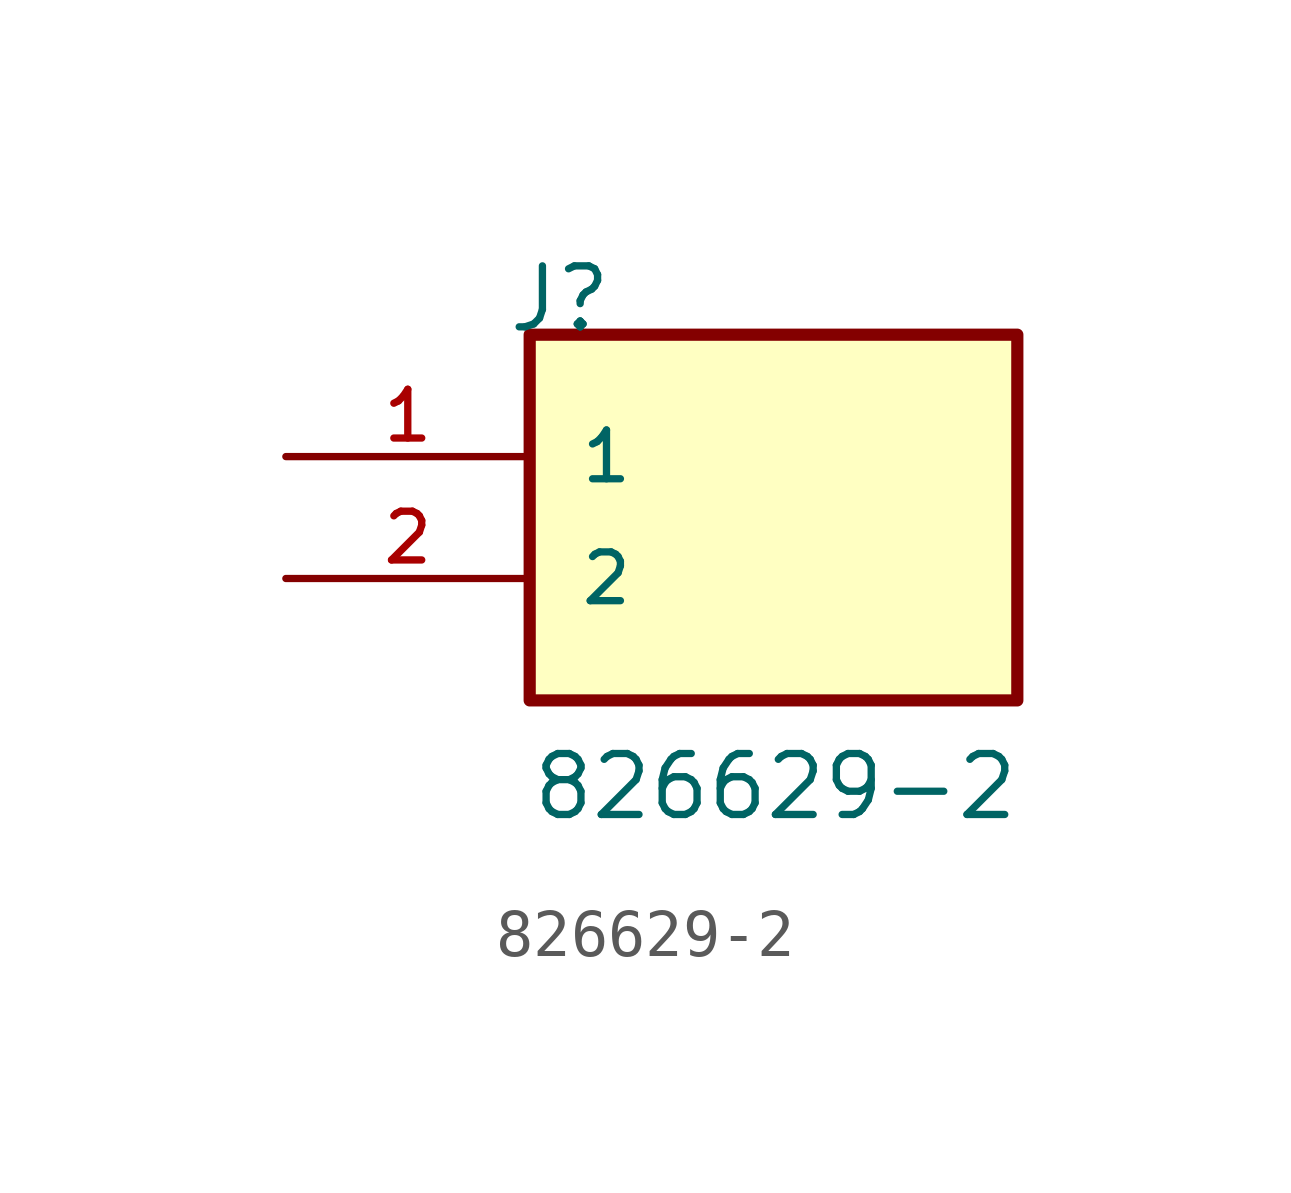
<source format=kicad_sym>
(kicad_symbol_lib
  (version 20211014)
  (generator kicad_symbol_editor)
  (symbol "826629-2"
    (pin_names
      (offset 1.016))
    (property "Reference" "J"
      (at -5.58 5.08 0)
      (effects (font (size 1.27 1.27)) (justify bottom left)))
    (property "Value" "826629-2"
      (at -5.08 -5.08 0)
      (effects (font (size 1.27 1.27)) (justify bottom left)))
    (symbol "826629-2_0_0"
      (rectangle (start -5.08 -2.54) (end 5.08 5.08) (stroke (width 0.254)) (fill (type background)))
      (pin passive line (at -10.16 2.54 0) (length 5.08) (name "1" (effects (font (size 1.016 1.016)))) (number "1" (effects (font (size 1.016 1.016)))))
      (pin passive line (at -10.16 0.0 0) (length 5.08) (name "2" (effects (font (size 1.016 1.016)))) (number "2" (effects (font (size 1.016 1.016))))))))
</source>
